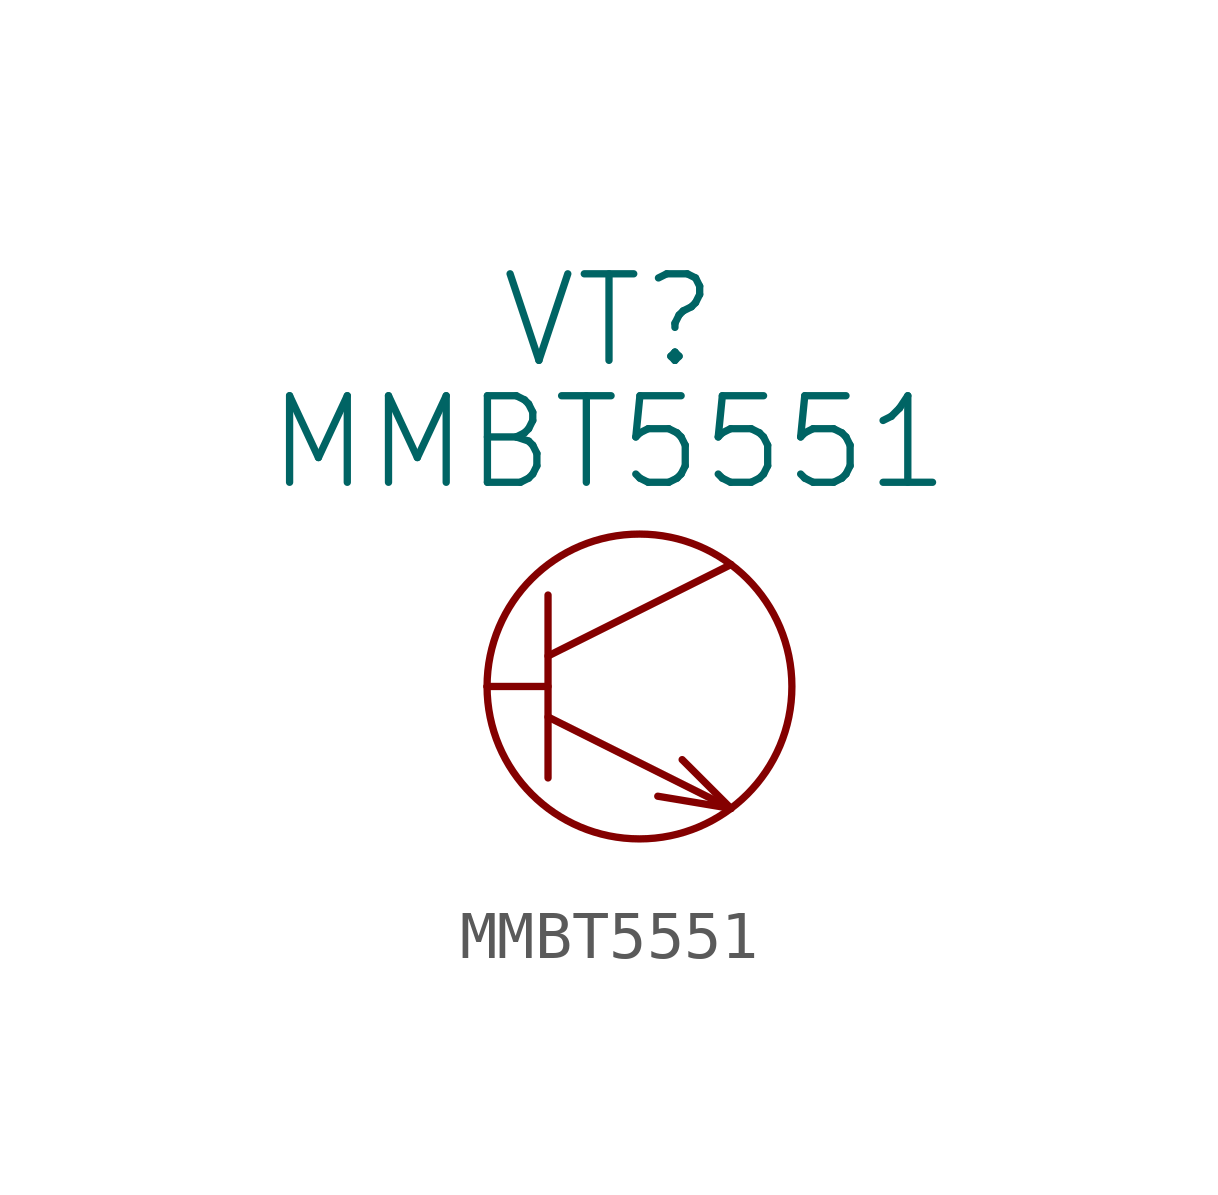
<source format=kicad_sym>
(kicad_symbol_lib
  (version 20211014)
  (generator kicad_symbol_editor)
  (symbol "MMBT5551"
    (pin_numbers hide)
    (pin_names
      (offset 0))
    (property "Reference" "VT"
      (at 2.54 7.62 0)
      (effects (font (size 1.803 1.803))))
    (property "Value" "MMBT5551"
      (at 2.54 5.08 0)
      (effects (font (size 1.803 1.803))))
    (property "Footprint" ""
      (at 0 0 0)
      (effects (font (size 1.524 1.524))))
    (property "Datasheet" ""
      (at 0 0 0)
      (effects (font (size 1.524 1.524))))
    (symbol "MMBT5551_0_1"
      (polyline (pts (xy 1.27 0) (xy 0 0)) (stroke (width 0) (type default) (color 0 0 0 0)) (fill (type none)))
      (polyline (pts (xy 1.27 0.635) (xy 5.08 2.54)) (stroke (width 0) (type default) (color 0 0 0 0)) (fill (type none)))
      (polyline (pts (xy 1.27 1.905) (xy 1.27 -1.905)) (stroke (width 0) (type default) (color 0 0 0 0)) (fill (type none)))
      (polyline (pts (xy 5.08 -2.54) (xy 1.27 -0.635)) (stroke (width 0) (type default) (color 0 0 0 0)) (fill (type none)))
      (polyline (pts (xy 5.08 -2.54) (xy 3.556 -2.286)) (stroke (width 0) (type default) (color 0 0 0 0)) (fill (type none)))
      (polyline (pts (xy 5.08 -2.54) (xy 4.064 -1.524)) (stroke (width 0) (type default) (color 0 0 0 0)) (fill (type none)))
      (circle (center 3.175 0) (radius 3.175) (stroke (width 0) (type default) (color 0 0 0 0)) (fill (type none))))
    (symbol "MMBT5551_1_1"
      (pin output line (at 5.08 -2.54 180) (length 0) (name "~" (effects (font (size 1.27 1.27)))) (number "1" (effects (font (size 1.27 1.27)))))
      (pin input line (at 0 0 0) (length 0) (name "~" (effects (font (size 1.27 1.27)))) (number "2" (effects (font (size 1.27 1.27)))))
      (pin input line (at 5.08 2.54 180) (length 0) (name "~" (effects (font (size 1.27 1.27)))) (number "3" (effects (font (size 1.27 1.27))))))))
</source>
